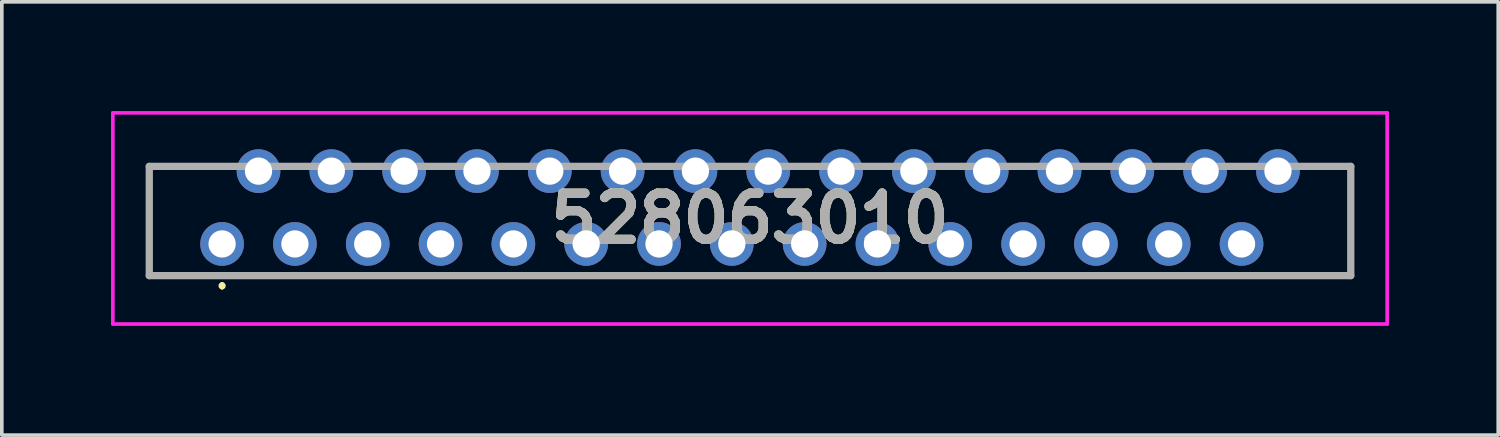
<source format=kicad_pcb>
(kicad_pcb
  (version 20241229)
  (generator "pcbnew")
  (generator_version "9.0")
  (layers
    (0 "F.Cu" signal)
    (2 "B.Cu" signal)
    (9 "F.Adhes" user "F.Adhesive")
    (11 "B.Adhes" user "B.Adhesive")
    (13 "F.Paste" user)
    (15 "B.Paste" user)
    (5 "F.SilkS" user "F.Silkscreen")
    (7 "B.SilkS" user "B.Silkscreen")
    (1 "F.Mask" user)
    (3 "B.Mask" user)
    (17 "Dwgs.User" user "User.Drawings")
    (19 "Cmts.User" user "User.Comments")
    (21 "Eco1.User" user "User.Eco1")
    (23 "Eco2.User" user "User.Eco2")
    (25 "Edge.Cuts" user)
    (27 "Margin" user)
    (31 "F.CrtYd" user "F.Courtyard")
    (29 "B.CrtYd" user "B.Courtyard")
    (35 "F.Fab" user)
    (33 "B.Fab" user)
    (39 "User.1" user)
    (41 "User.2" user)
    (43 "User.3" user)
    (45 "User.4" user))
  (footprint "528063010"
    (layer "F.Cu")
    (at 3.05 3.65)
    (property "Reference" "528063010" (at 14.5 -0.7 0) (layer "F.SilkS") (effects (font (size 1.27 1.27) (thickness 0.254))))
    (attr through_hole)
    (fp_line (start -2 -2.13) (end -2 0.87) (stroke (width 0.1) (type solid)) (layer "F.SilkS"))
    (fp_line (start -2 0.87) (end 31 0.87) (stroke (width 0.1) (type solid)) (layer "F.SilkS"))
    (fp_line (start -0.5 -2.13) (end -2 -2.13) (stroke (width 0.1) (type solid)) (layer "F.SilkS"))
    (fp_line (start 0 1.1) (end 0 1.1) (stroke (width 0.1) (type solid)) (layer "F.SilkS"))
    (fp_line (start 0 1.2) (end 0 1.2) (stroke (width 0.1) (type solid)) (layer "F.SilkS"))
    (fp_line (start 31 -2.13) (end 30.5 -2.13) (stroke (width 0.1) (type solid)) (layer "F.SilkS"))
    (fp_line (start 31 0.87) (end 31 -2.13) (stroke (width 0.1) (type solid)) (layer "F.SilkS"))
    (fp_arc (start 0 1.1) (mid 0.05 1.15) (end 0 1.2) (stroke (width 0.1) (type solid)) (layer "F.SilkS"))
    (fp_arc (start 0 1.2) (mid -0.05 1.15) (end 0 1.1) (stroke (width 0.1) (type solid)) (layer "F.SilkS"))
    (fp_line (start -3 -3.6) (end 32 -3.6) (stroke (width 0.1) (type solid)) (layer "F.CrtYd"))
    (fp_line (start -3 2.2) (end -3 -3.6) (stroke (width 0.1) (type solid)) (layer "F.CrtYd"))
    (fp_line (start 32 -3.6) (end 32 2.2) (stroke (width 0.1) (type solid)) (layer "F.CrtYd"))
    (fp_line (start 32 2.2) (end -3 2.2) (stroke (width 0.1) (type solid)) (layer "F.CrtYd"))
    (fp_line (start -2 -2.13) (end 31 -2.13) (stroke (width 0.2) (type solid)) (layer "F.Fab"))
    (fp_line (start -2 0.87) (end -2 -2.13) (stroke (width 0.2) (type solid)) (layer "F.Fab"))
    (fp_line (start 31 -2.13) (end 31 0.87) (stroke (width 0.2) (type solid)) (layer "F.Fab"))
    (fp_line (start 31 0.87) (end -2 0.87) (stroke (width 0.2) (type solid)) (layer "F.Fab"))
    (fp_text user "${REFERENCE}" (at 14.5 -0.7 0) (layer "F.Fab") (effects (font (size 1.27 1.27) (thickness 0.254))))
    (pad "1" thru_hole circle (at 0 0) (size 1.2 1.2) (drill 0.75) (layers "*.Cu" "*.Mask"))
    (pad "2" thru_hole circle (at 1 -2) (size 1.2 1.2) (drill 0.75) (layers "*.Cu" "*.Mask"))
    (pad "3" thru_hole circle (at 2 0) (size 1.2 1.2) (drill 0.75) (layers "*.Cu" "*.Mask"))
    (pad "4" thru_hole circle (at 3 -2) (size 1.2 1.2) (drill 0.75) (layers "*.Cu" "*.Mask"))
    (pad "5" thru_hole circle (at 4 0) (size 1.2 1.2) (drill 0.75) (layers "*.Cu" "*.Mask"))
    (pad "6" thru_hole circle (at 5 -2) (size 1.2 1.2) (drill 0.75) (layers "*.Cu" "*.Mask"))
    (pad "7" thru_hole circle (at 6 0) (size 1.2 1.2) (drill 0.75) (layers "*.Cu" "*.Mask"))
    (pad "8" thru_hole circle (at 7 -2) (size 1.2 1.2) (drill 0.75) (layers "*.Cu" "*.Mask"))
    (pad "9" thru_hole circle (at 8 0) (size 1.2 1.2) (drill 0.75) (layers "*.Cu" "*.Mask"))
    (pad "10" thru_hole circle (at 9 -2) (size 1.2 1.2) (drill 0.75) (layers "*.Cu" "*.Mask"))
    (pad "11" thru_hole circle (at 10 0) (size 1.2 1.2) (drill 0.75) (layers "*.Cu" "*.Mask"))
    (pad "12" thru_hole circle (at 11 -2) (size 1.2 1.2) (drill 0.75) (layers "*.Cu" "*.Mask"))
    (pad "13" thru_hole circle (at 12 0) (size 1.2 1.2) (drill 0.75) (layers "*.Cu" "*.Mask"))
    (pad "14" thru_hole circle (at 13 -2) (size 1.2 1.2) (drill 0.75) (layers "*.Cu" "*.Mask"))
    (pad "15" thru_hole circle (at 14 0) (size 1.2 1.2) (drill 0.75) (layers "*.Cu" "*.Mask"))
    (pad "16" thru_hole circle (at 15 -2) (size 1.2 1.2) (drill 0.75) (layers "*.Cu" "*.Mask"))
    (pad "17" thru_hole circle (at 16 0) (size 1.2 1.2) (drill 0.75) (layers "*.Cu" "*.Mask"))
    (pad "18" thru_hole circle (at 17 -2) (size 1.2 1.2) (drill 0.75) (layers "*.Cu" "*.Mask"))
    (pad "19" thru_hole circle (at 18 0) (size 1.2 1.2) (drill 0.75) (layers "*.Cu" "*.Mask"))
    (pad "20" thru_hole circle (at 19 -2) (size 1.2 1.2) (drill 0.75) (layers "*.Cu" "*.Mask"))
    (pad "21" thru_hole circle (at 20 0) (size 1.2 1.2) (drill 0.75) (layers "*.Cu" "*.Mask"))
    (pad "22" thru_hole circle (at 21 -2) (size 1.2 1.2) (drill 0.75) (layers "*.Cu" "*.Mask"))
    (pad "23" thru_hole circle (at 22 0) (size 1.2 1.2) (drill 0.75) (layers "*.Cu" "*.Mask"))
    (pad "24" thru_hole circle (at 23 -2) (size 1.2 1.2) (drill 0.75) (layers "*.Cu" "*.Mask"))
    (pad "25" thru_hole circle (at 24 0) (size 1.2 1.2) (drill 0.75) (layers "*.Cu" "*.Mask"))
    (pad "26" thru_hole circle (at 25 -2) (size 1.2 1.2) (drill 0.75) (layers "*.Cu" "*.Mask"))
    (pad "27" thru_hole circle (at 26 0) (size 1.2 1.2) (drill 0.75) (layers "*.Cu" "*.Mask"))
    (pad "28" thru_hole circle (at 27 -2) (size 1.2 1.2) (drill 0.75) (layers "*.Cu" "*.Mask"))
    (pad "29" thru_hole circle (at 28 0) (size 1.2 1.2) (drill 0.75) (layers "*.Cu" "*.Mask"))
    (pad "30" thru_hole circle (at 29 -2) (size 1.2 1.2) (drill 0.75) (layers "*.Cu" "*.Mask")))
  (gr_rect
    (start -3 -3)
    (end 38.1 8.9)
    (stroke (width 0.1) (type default))
    (fill no)
    (layer "Edge.Cuts")))
</source>
